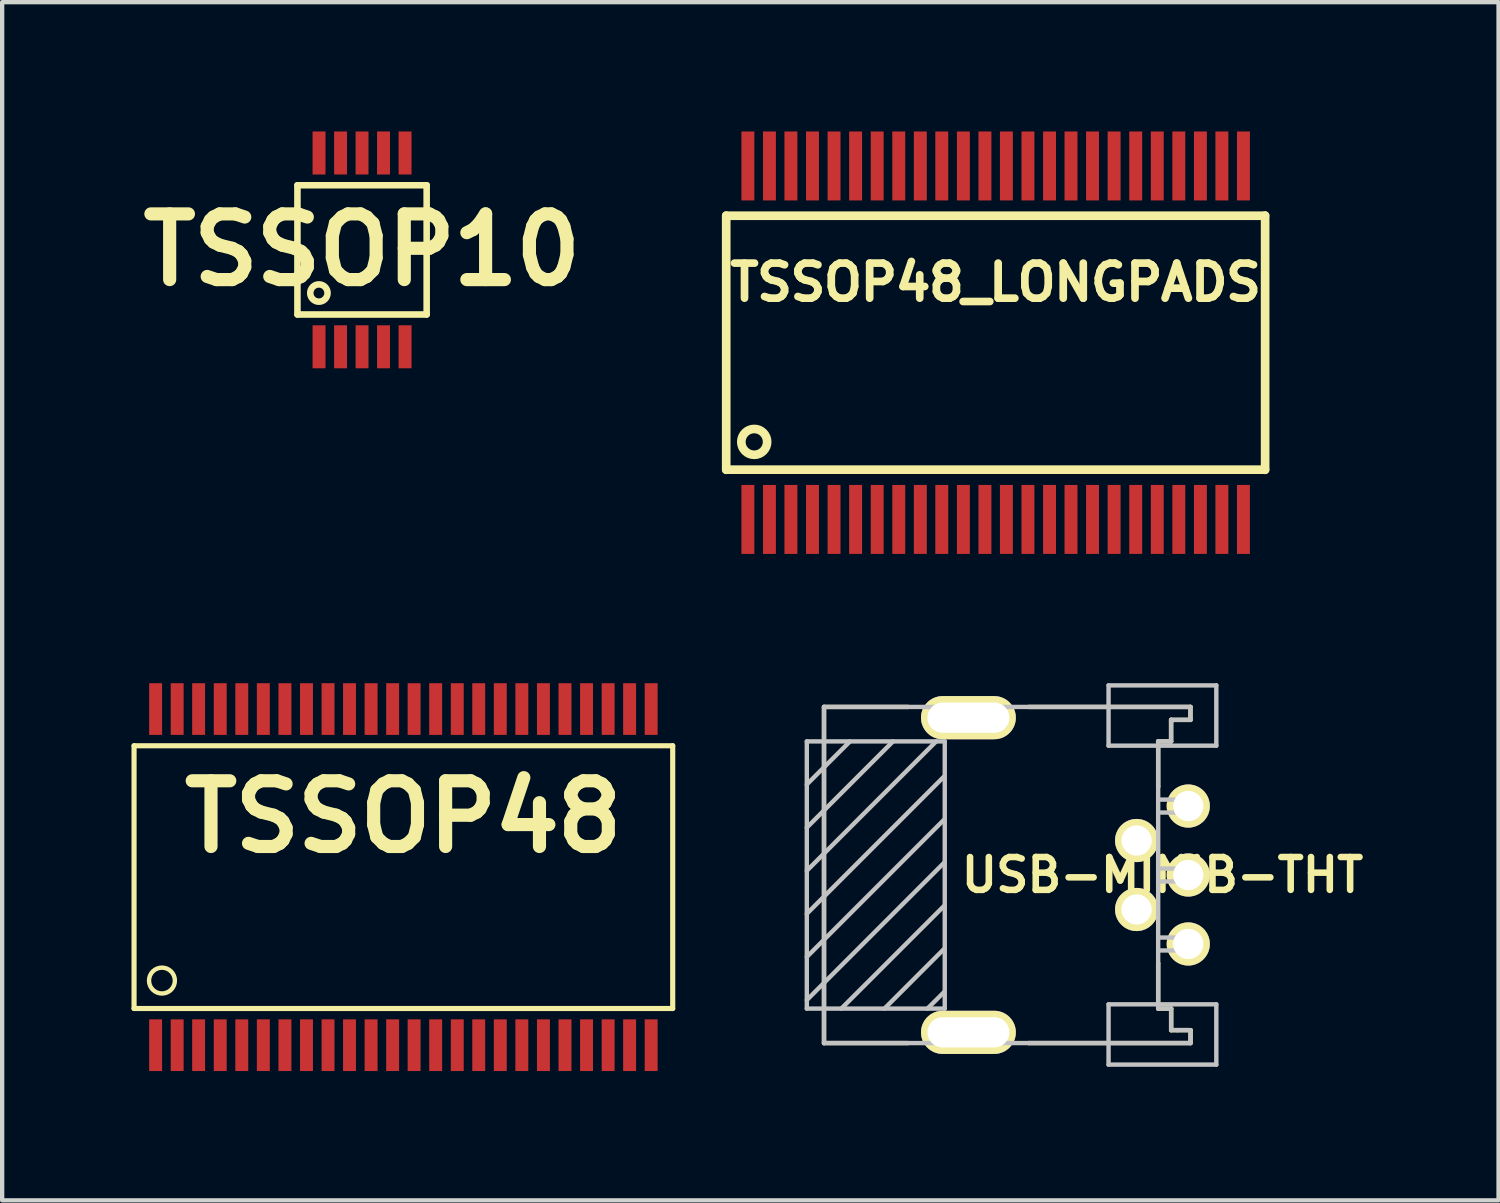
<source format=kicad_pcb>
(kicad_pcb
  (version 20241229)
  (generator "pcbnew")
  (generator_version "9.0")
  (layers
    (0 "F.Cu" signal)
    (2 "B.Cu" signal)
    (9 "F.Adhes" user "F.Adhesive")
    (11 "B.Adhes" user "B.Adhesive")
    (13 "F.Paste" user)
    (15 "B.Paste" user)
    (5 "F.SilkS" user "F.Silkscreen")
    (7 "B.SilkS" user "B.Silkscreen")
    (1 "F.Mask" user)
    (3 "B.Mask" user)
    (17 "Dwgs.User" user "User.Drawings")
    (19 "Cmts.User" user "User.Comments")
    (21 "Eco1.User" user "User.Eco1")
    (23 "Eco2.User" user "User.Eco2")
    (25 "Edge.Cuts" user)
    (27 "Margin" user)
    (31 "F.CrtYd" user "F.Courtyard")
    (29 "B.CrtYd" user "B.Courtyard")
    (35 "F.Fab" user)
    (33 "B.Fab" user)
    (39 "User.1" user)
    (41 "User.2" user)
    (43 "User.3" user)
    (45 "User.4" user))
  (footprint "USB-MINIB-THT"
    (layer "F.Cu")
    (at 23.917 17.249)
    (property "Reference" "USB-MINIB-THT" (at 0 0 0) (layer "F.SilkS") (effects (font (size 0.762 0.762) (thickness 0.152))))
    (attr through_hole)
    (fp_line (start -7.851 -3.899) (end -7.851 3.899) (stroke (width 0.102) (type solid)) (layer "F.SilkS"))
    (fp_line (start -7.851 -3.899) (end -5.9 -3.899) (stroke (width 0.102) (type solid)) (layer "F.SilkS"))
    (fp_line (start -7.851 3.899) (end -5.9 3.899) (stroke (width 0.102) (type solid)) (layer "F.SilkS"))
    (fp_line (start -0.102 -3.099) (end 0.201 -3.099) (stroke (width 0.102) (type solid)) (layer "F.SilkS"))
    (fp_line (start -0.099 -3.099) (end -0.099 -2.05) (stroke (width 0.102) (type solid)) (layer "F.SilkS"))
    (fp_line (start -0.099 3.099) (end -0.099 2.05) (stroke (width 0.102) (type solid)) (layer "F.SilkS"))
    (fp_line (start 0.201 -3.599) (end 0.65 -3.599) (stroke (width 0.102) (type solid)) (layer "F.SilkS"))
    (fp_line (start 0.201 -3.551) (end 0.201 -3.599) (stroke (width 0.102) (type solid)) (layer "F.SilkS"))
    (fp_line (start 0.201 -3.099) (end 0.201 -3.551) (stroke (width 0.102) (type solid)) (layer "F.SilkS"))
    (fp_line (start 0.203 3.099) (end -0.099 3.099) (stroke (width 0.102) (type solid)) (layer "F.SilkS"))
    (fp_line (start 0.203 3.599) (end 0.203 3.099) (stroke (width 0.102) (type solid)) (layer "F.SilkS"))
    (fp_line (start 0.353 3.599) (end 0.203 3.599) (stroke (width 0.102) (type solid)) (layer "F.SilkS"))
    (fp_line (start 0.65 -3.899) (end -3.099 -3.899) (stroke (width 0.102) (type solid)) (layer "F.SilkS"))
    (fp_line (start 0.65 -3.599) (end 0.65 -3.899) (stroke (width 0.102) (type solid)) (layer "F.SilkS"))
    (fp_line (start 0.65 3.899) (end -3.099 3.899) (stroke (width 0.102) (type solid)) (layer "F.SilkS"))
    (fp_line (start 0.653 3.599) (end 0.353 3.599) (stroke (width 0.102) (type solid)) (layer "F.SilkS"))
    (fp_line (start 0.653 3.899) (end 0.653 3.599) (stroke (width 0.102) (type solid)) (layer "F.SilkS"))
    (fp_line (start -8.25 -3.099) (end -5.05 -3.099) (stroke (width 0.102) (type solid)) (layer "Dwgs.User"))
    (fp_line (start -8.25 -1.1) (end -6.251 -3.099) (stroke (width 0.102) (type solid)) (layer "Dwgs.User"))
    (fp_line (start -8.25 0.899) (end -5.05 -2.301) (stroke (width 0.102) (type solid)) (layer "Dwgs.User"))
    (fp_line (start -8.25 1.9) (end -5.05 -1.3) (stroke (width 0.102) (type solid)) (layer "Dwgs.User"))
    (fp_line (start -8.25 3.099) (end -8.25 -3.099) (stroke (width 0.102) (type solid)) (layer "Dwgs.User"))
    (fp_line (start -7.851 -3.899) (end 0.65 -3.899) (stroke (width 0.102) (type solid)) (layer "Dwgs.User"))
    (fp_line (start -7.851 3.899) (end -7.851 -3.899) (stroke (width 0.102) (type solid)) (layer "Dwgs.User"))
    (fp_line (start -7.249 -3.099) (end -8.25 -2.101) (stroke (width 0.102) (type solid)) (layer "Dwgs.User"))
    (fp_line (start -6.449 3.099) (end -5.05 1.699) (stroke (width 0.102) (type solid)) (layer "Dwgs.User"))
    (fp_line (start -5.451 3.099) (end -5.05 2.7) (stroke (width 0.102) (type solid)) (layer "Dwgs.User"))
    (fp_line (start -5.25 -3.099) (end -8.25 -0.099) (stroke (width 0.102) (type solid)) (layer "Dwgs.User"))
    (fp_line (start -5.05 -3.099) (end -5.05 3.099) (stroke (width 0.102) (type solid)) (layer "Dwgs.User"))
    (fp_line (start -5.05 -0.3) (end -8.25 2.901) (stroke (width 0.102) (type solid)) (layer "Dwgs.User"))
    (fp_line (start -5.05 0.701) (end -7.45 3.099) (stroke (width 0.102) (type solid)) (layer "Dwgs.User"))
    (fp_line (start -5.05 3.099) (end -8.25 3.099) (stroke (width 0.102) (type solid)) (layer "Dwgs.User"))
    (fp_line (start -3.099 3.899) (end -7.851 3.899) (stroke (width 0.102) (type solid)) (layer "Dwgs.User"))
    (fp_line (start -1.25 -4.399) (end -1.25 -3) (stroke (width 0.102) (type solid)) (layer "Dwgs.User"))
    (fp_line (start -1.25 -3) (end 1.25 -3) (stroke (width 0.102) (type solid)) (layer "Dwgs.User"))
    (fp_line (start -1.25 3) (end 1.25 3) (stroke (width 0.102) (type solid)) (layer "Dwgs.User"))
    (fp_line (start -1.25 4.399) (end -1.25 3) (stroke (width 0.102) (type solid)) (layer "Dwgs.User"))
    (fp_line (start -0.099 -3.099) (end -0.099 -2.05) (stroke (width 0.102) (type solid)) (layer "Dwgs.User"))
    (fp_line (start -0.099 -2.05) (end -0.099 2.05) (stroke (width 0.102) (type solid)) (layer "Dwgs.User"))
    (fp_line (start -0.099 -1.75) (end 0.599 -1.75) (stroke (width 0.102) (type solid)) (layer "Dwgs.User"))
    (fp_line (start -0.099 -0.15) (end 0.599 -0.15) (stroke (width 0.102) (type solid)) (layer "Dwgs.User"))
    (fp_line (start -0.099 1.45) (end 0.599 1.45) (stroke (width 0.102) (type solid)) (layer "Dwgs.User"))
    (fp_line (start -0.099 2.05) (end -0.099 3.099) (stroke (width 0.102) (type solid)) (layer "Dwgs.User"))
    (fp_line (start -0.099 3.099) (end 0.201 3.099) (stroke (width 0.102) (type solid)) (layer "Dwgs.User"))
    (fp_line (start 0.201 -3.599) (end 0.201 -3.099) (stroke (width 0.102) (type solid)) (layer "Dwgs.User"))
    (fp_line (start 0.201 -3.099) (end -0.099 -3.099) (stroke (width 0.102) (type solid)) (layer "Dwgs.User"))
    (fp_line (start 0.201 3.099) (end 0.201 3.599) (stroke (width 0.102) (type solid)) (layer "Dwgs.User"))
    (fp_line (start 0.201 3.599) (end 0.65 3.599) (stroke (width 0.102) (type solid)) (layer "Dwgs.User"))
    (fp_line (start 0.599 -1.75) (end 0.599 -1.45) (stroke (width 0.102) (type solid)) (layer "Dwgs.User"))
    (fp_line (start 0.599 -1.45) (end -0.099 -1.45) (stroke (width 0.102) (type solid)) (layer "Dwgs.User"))
    (fp_line (start 0.599 -0.15) (end 0.599 0.15) (stroke (width 0.102) (type solid)) (layer "Dwgs.User"))
    (fp_line (start 0.599 0.15) (end -0.099 0.15) (stroke (width 0.102) (type solid)) (layer "Dwgs.User"))
    (fp_line (start 0.599 1.45) (end 0.599 1.75) (stroke (width 0.102) (type solid)) (layer "Dwgs.User"))
    (fp_line (start 0.599 1.75) (end -0.099 1.75) (stroke (width 0.102) (type solid)) (layer "Dwgs.User"))
    (fp_line (start 0.65 -3.899) (end 0.65 -3.599) (stroke (width 0.102) (type solid)) (layer "Dwgs.User"))
    (fp_line (start 0.65 -3.599) (end 0.201 -3.599) (stroke (width 0.102) (type solid)) (layer "Dwgs.User"))
    (fp_line (start 0.65 3.599) (end 0.65 3.899) (stroke (width 0.102) (type solid)) (layer "Dwgs.User"))
    (fp_line (start 0.65 3.899) (end -3.099 3.899) (stroke (width 0.102) (type solid)) (layer "Dwgs.User"))
    (fp_line (start 1.25 -4.399) (end -1.25 -4.399) (stroke (width 0.102) (type solid)) (layer "Dwgs.User"))
    (fp_line (start 1.25 -3) (end 1.25 -4.399) (stroke (width 0.102) (type solid)) (layer "Dwgs.User"))
    (fp_line (start 1.25 3) (end 1.25 4.399) (stroke (width 0.102) (type solid)) (layer "Dwgs.User"))
    (fp_line (start 1.25 4.399) (end -1.25 4.399) (stroke (width 0.102) (type solid)) (layer "Dwgs.User"))
    (pad "1" thru_hole circle (at 0.599 -1.6) (size 1.001 1.001) (drill 0.701) (layers "*.Cu" "*.Mask" "F.SilkS"))
    (pad "2" thru_hole circle (at -0.599 -0.8) (size 1.001 1.001) (drill 0.701) (layers "*.Cu" "*.Mask" "F.SilkS"))
    (pad "3" thru_hole circle (at 0.599 0) (size 1.001 1.001) (drill 0.701) (layers "*.Cu" "*.Mask" "F.SilkS"))
    (pad "4" thru_hole circle (at -0.599 0.8) (size 1.001 1.001) (drill 0.701) (layers "*.Cu" "*.Mask" "F.SilkS"))
    (pad "5" thru_hole circle (at 0.599 1.6) (size 1.001 1.001) (drill 0.701) (layers "*.Cu" "*.Mask" "F.SilkS"))
    (pad "6" thru_hole oval (at -4.501 -3.65) (size 2.2 1.001) (drill oval 1.9 0.701) (layers "*.Cu" "*.Mask" "F.SilkS"))
    (pad "7" thru_hole oval (at -4.501 3.65) (size 2.2 1.001) (drill oval 1.9 0.701) (layers "*.Cu" "*.Mask" "F.SilkS")))
  (footprint "TSSOP10"
    (layer "F.Cu")
    (at 5.349 2.747)
    (property "Reference" "TSSOP10" (at 0 0 0) (layer "F.SilkS") (effects (font (size 1.524 1.524) (thickness 0.305))))
    (attr through_hole)
    (fp_line (start -1.499 -1.499) (end -1.499 1.499) (stroke (width 0.152) (type solid)) (layer "F.SilkS"))
    (fp_line (start -1.499 -1.499) (end 1.499 -1.499) (stroke (width 0.152) (type solid)) (layer "F.SilkS"))
    (fp_line (start -1.499 1.499) (end 1.499 1.499) (stroke (width 0.152) (type solid)) (layer "F.SilkS"))
    (fp_line (start 1.499 -1.499) (end 1.499 1.499) (stroke (width 0.152) (type solid)) (layer "F.SilkS"))
    (fp_circle (center -1.001 1.001) (end -0.8 1.001) (stroke (width 0.152) (type solid)) (fill no) (layer "F.SilkS"))
    (pad "1" smd rect (at -0.998 2.248 180) (size 0.3 0.998) (layers "F.Cu" "F.Mask" "F.Paste"))
    (pad "2" smd rect (at -0.498 2.248 180) (size 0.3 0.998) (layers "F.Cu" "F.Mask" "F.Paste"))
    (pad "3" smd rect (at 0 2.248 180) (size 0.3 0.998) (layers "F.Cu" "F.Mask" "F.Paste"))
    (pad "4" smd rect (at 0.498 2.248 180) (size 0.3 0.998) (layers "F.Cu" "F.Mask" "F.Paste"))
    (pad "5" smd rect (at 0.998 2.248 180) (size 0.3 0.998) (layers "F.Cu" "F.Mask" "F.Paste"))
    (pad "6" smd rect (at 0.998 -2.248) (size 0.3 0.998) (layers "F.Cu" "F.Mask" "F.Paste"))
    (pad "7" smd rect (at 0.498 -2.248) (size 0.3 0.998) (layers "F.Cu" "F.Mask" "F.Paste"))
    (pad "8" smd rect (at 0 -2.248) (size 0.3 0.998) (layers "F.Cu" "F.Mask" "F.Paste"))
    (pad "9" smd rect (at -0.498 -2.248) (size 0.3 0.998) (layers "F.Cu" "F.Mask" "F.Paste"))
    (pad "10" smd rect (at -0.998 -2.248) (size 0.3 0.998) (layers "F.Cu" "F.Mask" "F.Paste")))
  (footprint "TSSOP48_LONGPADS"
    (layer "F.Cu")
    (at 20.048 4.9)
    (property "Reference" "TSSOP48_LONGPADS" (at 0 -1.4 0) (layer "F.SilkS") (effects (font (size 0.813 0.813) (thickness 0.178))))
    (attr through_hole)
    (fp_line (start -6.251 2.949) (end -6.251 -2.949) (stroke (width 0.201) (type solid)) (layer "F.SilkS"))
    (fp_line (start -6.248 -2.946) (end 6.248 -2.946) (stroke (width 0.201) (type solid)) (layer "F.SilkS"))
    (fp_line (start -6.248 2.946) (end 6.248 2.946) (stroke (width 0.201) (type solid)) (layer "F.SilkS"))
    (fp_line (start 6.251 -2.949) (end 6.251 2.949) (stroke (width 0.201) (type solid)) (layer "F.SilkS"))
    (fp_circle (center -5.601 2.301) (end -5.301 2.301) (stroke (width 0.201) (type solid)) (fill no) (layer "F.SilkS"))
    (pad "1" smd rect (at -5.748 4.1 180) (size 0.3 1.6) (layers "F.Cu" "F.Mask" "F.Paste"))
    (pad "2" smd rect (at -5.248 4.1 180) (size 0.3 1.6) (layers "F.Cu" "F.Mask" "F.Paste"))
    (pad "3" smd rect (at -4.75 4.1 180) (size 0.3 1.6) (layers "F.Cu" "F.Mask" "F.Paste"))
    (pad "4" smd rect (at -4.249 4.1 180) (size 0.3 1.6) (layers "F.Cu" "F.Mask" "F.Paste"))
    (pad "5" smd rect (at -3.749 4.1 180) (size 0.3 1.6) (layers "F.Cu" "F.Mask" "F.Paste"))
    (pad "6" smd rect (at -3.249 4.1 180) (size 0.3 1.6) (layers "F.Cu" "F.Mask" "F.Paste"))
    (pad "7" smd rect (at -2.748 4.1 180) (size 0.3 1.6) (layers "F.Cu" "F.Mask" "F.Paste"))
    (pad "8" smd rect (at -2.248 4.1 180) (size 0.3 1.6) (layers "F.Cu" "F.Mask" "F.Paste"))
    (pad "9" smd rect (at -1.748 4.1 180) (size 0.3 1.6) (layers "F.Cu" "F.Mask" "F.Paste"))
    (pad "10" smd rect (at -1.25 4.1 180) (size 0.3 1.6) (layers "F.Cu" "F.Mask" "F.Paste"))
    (pad "11" smd rect (at -0.749 4.1 180) (size 0.3 1.6) (layers "F.Cu" "F.Mask" "F.Paste"))
    (pad "12" smd rect (at -0.249 4.1 180) (size 0.3 1.6) (layers "F.Cu" "F.Mask" "F.Paste"))
    (pad "13" smd rect (at 0.249 4.1 180) (size 0.3 1.6) (layers "F.Cu" "F.Mask" "F.Paste"))
    (pad "14" smd rect (at 0.749 4.1 180) (size 0.3 1.6) (layers "F.Cu" "F.Mask" "F.Paste"))
    (pad "15" smd rect (at 1.25 4.1 180) (size 0.3 1.6) (layers "F.Cu" "F.Mask" "F.Paste"))
    (pad "16" smd rect (at 1.748 4.1 180) (size 0.3 1.6) (layers "F.Cu" "F.Mask" "F.Paste"))
    (pad "17" smd rect (at 2.248 4.1 180) (size 0.3 1.6) (layers "F.Cu" "F.Mask" "F.Paste"))
    (pad "18" smd rect (at 2.748 4.1 180) (size 0.3 1.6) (layers "F.Cu" "F.Mask" "F.Paste"))
    (pad "19" smd rect (at 3.249 4.1 180) (size 0.3 1.6) (layers "F.Cu" "F.Mask" "F.Paste"))
    (pad "20" smd rect (at 3.749 4.1 180) (size 0.3 1.6) (layers "F.Cu" "F.Mask" "F.Paste"))
    (pad "21" smd rect (at 4.249 4.1 180) (size 0.3 1.6) (layers "F.Cu" "F.Mask" "F.Paste"))
    (pad "22" smd rect (at 4.75 4.1 180) (size 0.3 1.6) (layers "F.Cu" "F.Mask" "F.Paste"))
    (pad "23" smd rect (at 5.248 4.1 180) (size 0.3 1.6) (layers "F.Cu" "F.Mask" "F.Paste"))
    (pad "24" smd rect (at 5.748 4.1 180) (size 0.3 1.6) (layers "F.Cu" "F.Mask" "F.Paste"))
    (pad "25" smd rect (at 5.748 -4.1) (size 0.3 1.6) (layers "F.Cu" "F.Mask" "F.Paste"))
    (pad "26" smd rect (at 5.248 -4.1) (size 0.3 1.6) (layers "F.Cu" "F.Mask" "F.Paste"))
    (pad "27" smd rect (at 4.75 -4.1) (size 0.3 1.6) (layers "F.Cu" "F.Mask" "F.Paste"))
    (pad "28" smd rect (at 4.249 -4.1) (size 0.3 1.6) (layers "F.Cu" "F.Mask" "F.Paste"))
    (pad "29" smd rect (at 3.749 -4.1) (size 0.3 1.6) (layers "F.Cu" "F.Mask" "F.Paste"))
    (pad "30" smd rect (at 3.249 -4.1) (size 0.3 1.6) (layers "F.Cu" "F.Mask" "F.Paste"))
    (pad "31" smd rect (at 2.748 -4.1) (size 0.3 1.6) (layers "F.Cu" "F.Mask" "F.Paste"))
    (pad "32" smd rect (at 2.248 -4.1) (size 0.3 1.6) (layers "F.Cu" "F.Mask" "F.Paste"))
    (pad "33" smd rect (at 1.748 -4.1) (size 0.3 1.6) (layers "F.Cu" "F.Mask" "F.Paste"))
    (pad "34" smd rect (at 1.25 -4.1) (size 0.3 1.6) (layers "F.Cu" "F.Mask" "F.Paste"))
    (pad "35" smd rect (at 0.749 -4.1) (size 0.3 1.6) (layers "F.Cu" "F.Mask" "F.Paste"))
    (pad "36" smd rect (at 0.249 -4.1) (size 0.3 1.6) (layers "F.Cu" "F.Mask" "F.Paste"))
    (pad "37" smd rect (at -0.249 -4.1) (size 0.3 1.6) (layers "F.Cu" "F.Mask" "F.Paste"))
    (pad "38" smd rect (at -0.749 -4.1) (size 0.3 1.6) (layers "F.Cu" "F.Mask" "F.Paste"))
    (pad "39" smd rect (at -1.25 -4.1) (size 0.3 1.6) (layers "F.Cu" "F.Mask" "F.Paste"))
    (pad "40" smd rect (at -1.748 -4.1) (size 0.3 1.6) (layers "F.Cu" "F.Mask" "F.Paste"))
    (pad "41" smd rect (at -2.248 -4.1) (size 0.3 1.6) (layers "F.Cu" "F.Mask" "F.Paste"))
    (pad "42" smd rect (at -2.748 -4.1) (size 0.3 1.6) (layers "F.Cu" "F.Mask" "F.Paste"))
    (pad "43" smd rect (at -3.249 -4.1) (size 0.3 1.6) (layers "F.Cu" "F.Mask" "F.Paste"))
    (pad "44" smd rect (at -3.749 -4.1) (size 0.3 1.6) (layers "F.Cu" "F.Mask" "F.Paste"))
    (pad "45" smd rect (at -4.249 -4.1) (size 0.3 1.6) (layers "F.Cu" "F.Mask" "F.Paste"))
    (pad "46" smd rect (at -4.75 -4.1) (size 0.3 1.6) (layers "F.Cu" "F.Mask" "F.Paste"))
    (pad "47" smd rect (at -5.248 -4.1) (size 0.3 1.6) (layers "F.Cu" "F.Mask" "F.Paste"))
    (pad "48" smd rect (at -5.748 -4.1) (size 0.3 1.6) (layers "F.Cu" "F.Mask" "F.Paste")))
  (footprint "TSSOP48"
    (layer "F.Cu")
    (at 6.308 17.298)
    (property "Reference" "TSSOP48" (at 0 -1.4 0) (layer "F.SilkS") (effects (font (size 1.524 1.524) (thickness 0.305))))
    (attr through_hole)
    (fp_line (start -6.248 -3.048) (end -6.248 3.048) (stroke (width 0.119) (type solid)) (layer "F.SilkS"))
    (fp_line (start -6.248 -3.048) (end 6.248 -3.048) (stroke (width 0.119) (type solid)) (layer "F.SilkS"))
    (fp_line (start -6.248 3.048) (end 6.248 3.048) (stroke (width 0.119) (type solid)) (layer "F.SilkS"))
    (fp_line (start 6.248 -3.048) (end 6.248 3.048) (stroke (width 0.119) (type solid)) (layer "F.SilkS"))
    (fp_circle (center -5.601 2.4) (end -5.301 2.4) (stroke (width 0.102) (type solid)) (fill no) (layer "F.SilkS"))
    (pad "1" smd rect (at -5.748 3.899 180) (size 0.3 1.199) (layers "F.Cu" "F.Mask" "F.Paste"))
    (pad "2" smd rect (at -5.248 3.899 180) (size 0.3 1.199) (layers "F.Cu" "F.Mask" "F.Paste"))
    (pad "3" smd rect (at -4.75 3.899 180) (size 0.3 1.199) (layers "F.Cu" "F.Mask" "F.Paste"))
    (pad "4" smd rect (at -4.249 3.899 180) (size 0.3 1.199) (layers "F.Cu" "F.Mask" "F.Paste"))
    (pad "5" smd rect (at -3.749 3.899 180) (size 0.3 1.199) (layers "F.Cu" "F.Mask" "F.Paste"))
    (pad "6" smd rect (at -3.249 3.899 180) (size 0.3 1.199) (layers "F.Cu" "F.Mask" "F.Paste"))
    (pad "7" smd rect (at -2.748 3.899 180) (size 0.3 1.199) (layers "F.Cu" "F.Mask" "F.Paste"))
    (pad "8" smd rect (at -2.248 3.899 180) (size 0.3 1.199) (layers "F.Cu" "F.Mask" "F.Paste"))
    (pad "9" smd rect (at -1.748 3.899 180) (size 0.3 1.199) (layers "F.Cu" "F.Mask" "F.Paste"))
    (pad "10" smd rect (at -1.25 3.899 180) (size 0.3 1.199) (layers "F.Cu" "F.Mask" "F.Paste"))
    (pad "11" smd rect (at -0.749 3.899 180) (size 0.3 1.199) (layers "F.Cu" "F.Mask" "F.Paste"))
    (pad "12" smd rect (at -0.249 3.899 180) (size 0.3 1.199) (layers "F.Cu" "F.Mask" "F.Paste"))
    (pad "13" smd rect (at 0.249 3.899 180) (size 0.3 1.199) (layers "F.Cu" "F.Mask" "F.Paste"))
    (pad "14" smd rect (at 0.749 3.899 180) (size 0.3 1.199) (layers "F.Cu" "F.Mask" "F.Paste"))
    (pad "15" smd rect (at 1.25 3.899 180) (size 0.3 1.199) (layers "F.Cu" "F.Mask" "F.Paste"))
    (pad "16" smd rect (at 1.748 3.899 180) (size 0.3 1.199) (layers "F.Cu" "F.Mask" "F.Paste"))
    (pad "17" smd rect (at 2.248 3.899 180) (size 0.3 1.199) (layers "F.Cu" "F.Mask" "F.Paste"))
    (pad "18" smd rect (at 2.748 3.899 180) (size 0.3 1.199) (layers "F.Cu" "F.Mask" "F.Paste"))
    (pad "19" smd rect (at 3.249 3.899 180) (size 0.3 1.199) (layers "F.Cu" "F.Mask" "F.Paste"))
    (pad "20" smd rect (at 3.749 3.899 180) (size 0.3 1.199) (layers "F.Cu" "F.Mask" "F.Paste"))
    (pad "21" smd rect (at 4.249 3.899 180) (size 0.3 1.199) (layers "F.Cu" "F.Mask" "F.Paste"))
    (pad "22" smd rect (at 4.75 3.899 180) (size 0.3 1.199) (layers "F.Cu" "F.Mask" "F.Paste"))
    (pad "23" smd rect (at 5.248 3.899 180) (size 0.3 1.199) (layers "F.Cu" "F.Mask" "F.Paste"))
    (pad "24" smd rect (at 5.748 3.899 180) (size 0.3 1.199) (layers "F.Cu" "F.Mask" "F.Paste"))
    (pad "25" smd rect (at 5.748 -3.899) (size 0.3 1.199) (layers "F.Cu" "F.Mask" "F.Paste"))
    (pad "26" smd rect (at 5.248 -3.899) (size 0.3 1.199) (layers "F.Cu" "F.Mask" "F.Paste"))
    (pad "27" smd rect (at 4.75 -3.899) (size 0.3 1.199) (layers "F.Cu" "F.Mask" "F.Paste"))
    (pad "28" smd rect (at 4.249 -3.899) (size 0.3 1.199) (layers "F.Cu" "F.Mask" "F.Paste"))
    (pad "29" smd rect (at 3.749 -3.899) (size 0.3 1.199) (layers "F.Cu" "F.Mask" "F.Paste"))
    (pad "30" smd rect (at 3.249 -3.899) (size 0.3 1.199) (layers "F.Cu" "F.Mask" "F.Paste"))
    (pad "31" smd rect (at 2.748 -3.899) (size 0.3 1.199) (layers "F.Cu" "F.Mask" "F.Paste"))
    (pad "32" smd rect (at 2.248 -3.899) (size 0.3 1.199) (layers "F.Cu" "F.Mask" "F.Paste"))
    (pad "33" smd rect (at 1.748 -3.899) (size 0.3 1.199) (layers "F.Cu" "F.Mask" "F.Paste"))
    (pad "34" smd rect (at 1.25 -3.899) (size 0.3 1.199) (layers "F.Cu" "F.Mask" "F.Paste"))
    (pad "35" smd rect (at 0.749 -3.899) (size 0.3 1.199) (layers "F.Cu" "F.Mask" "F.Paste"))
    (pad "36" smd rect (at 0.249 -3.899) (size 0.3 1.199) (layers "F.Cu" "F.Mask" "F.Paste"))
    (pad "37" smd rect (at -0.249 -3.899) (size 0.3 1.199) (layers "F.Cu" "F.Mask" "F.Paste"))
    (pad "38" smd rect (at -0.749 -3.899) (size 0.3 1.199) (layers "F.Cu" "F.Mask" "F.Paste"))
    (pad "39" smd rect (at -1.25 -3.899) (size 0.3 1.199) (layers "F.Cu" "F.Mask" "F.Paste"))
    (pad "40" smd rect (at -1.748 -3.899) (size 0.3 1.199) (layers "F.Cu" "F.Mask" "F.Paste"))
    (pad "41" smd rect (at -2.248 -3.899) (size 0.3 1.199) (layers "F.Cu" "F.Mask" "F.Paste"))
    (pad "42" smd rect (at -2.748 -3.899) (size 0.3 1.199) (layers "F.Cu" "F.Mask" "F.Paste"))
    (pad "43" smd rect (at -3.249 -3.899) (size 0.3 1.199) (layers "F.Cu" "F.Mask" "F.Paste"))
    (pad "44" smd rect (at -3.749 -3.899) (size 0.3 1.199) (layers "F.Cu" "F.Mask" "F.Paste"))
    (pad "45" smd rect (at -4.249 -3.899) (size 0.3 1.199) (layers "F.Cu" "F.Mask" "F.Paste"))
    (pad "46" smd rect (at -4.75 -3.899) (size 0.3 1.199) (layers "F.Cu" "F.Mask" "F.Paste"))
    (pad "47" smd rect (at -5.248 -3.899) (size 0.3 1.199) (layers "F.Cu" "F.Mask" "F.Paste"))
    (pad "48" smd rect (at -5.748 -3.899) (size 0.3 1.199) (layers "F.Cu" "F.Mask" "F.Paste")))
  (gr_rect
    (start -3 -3)
    (end 31.714 24.796)
    (stroke (width 0.1) (type default))
    (fill no)
    (layer "Edge.Cuts")))
</source>
